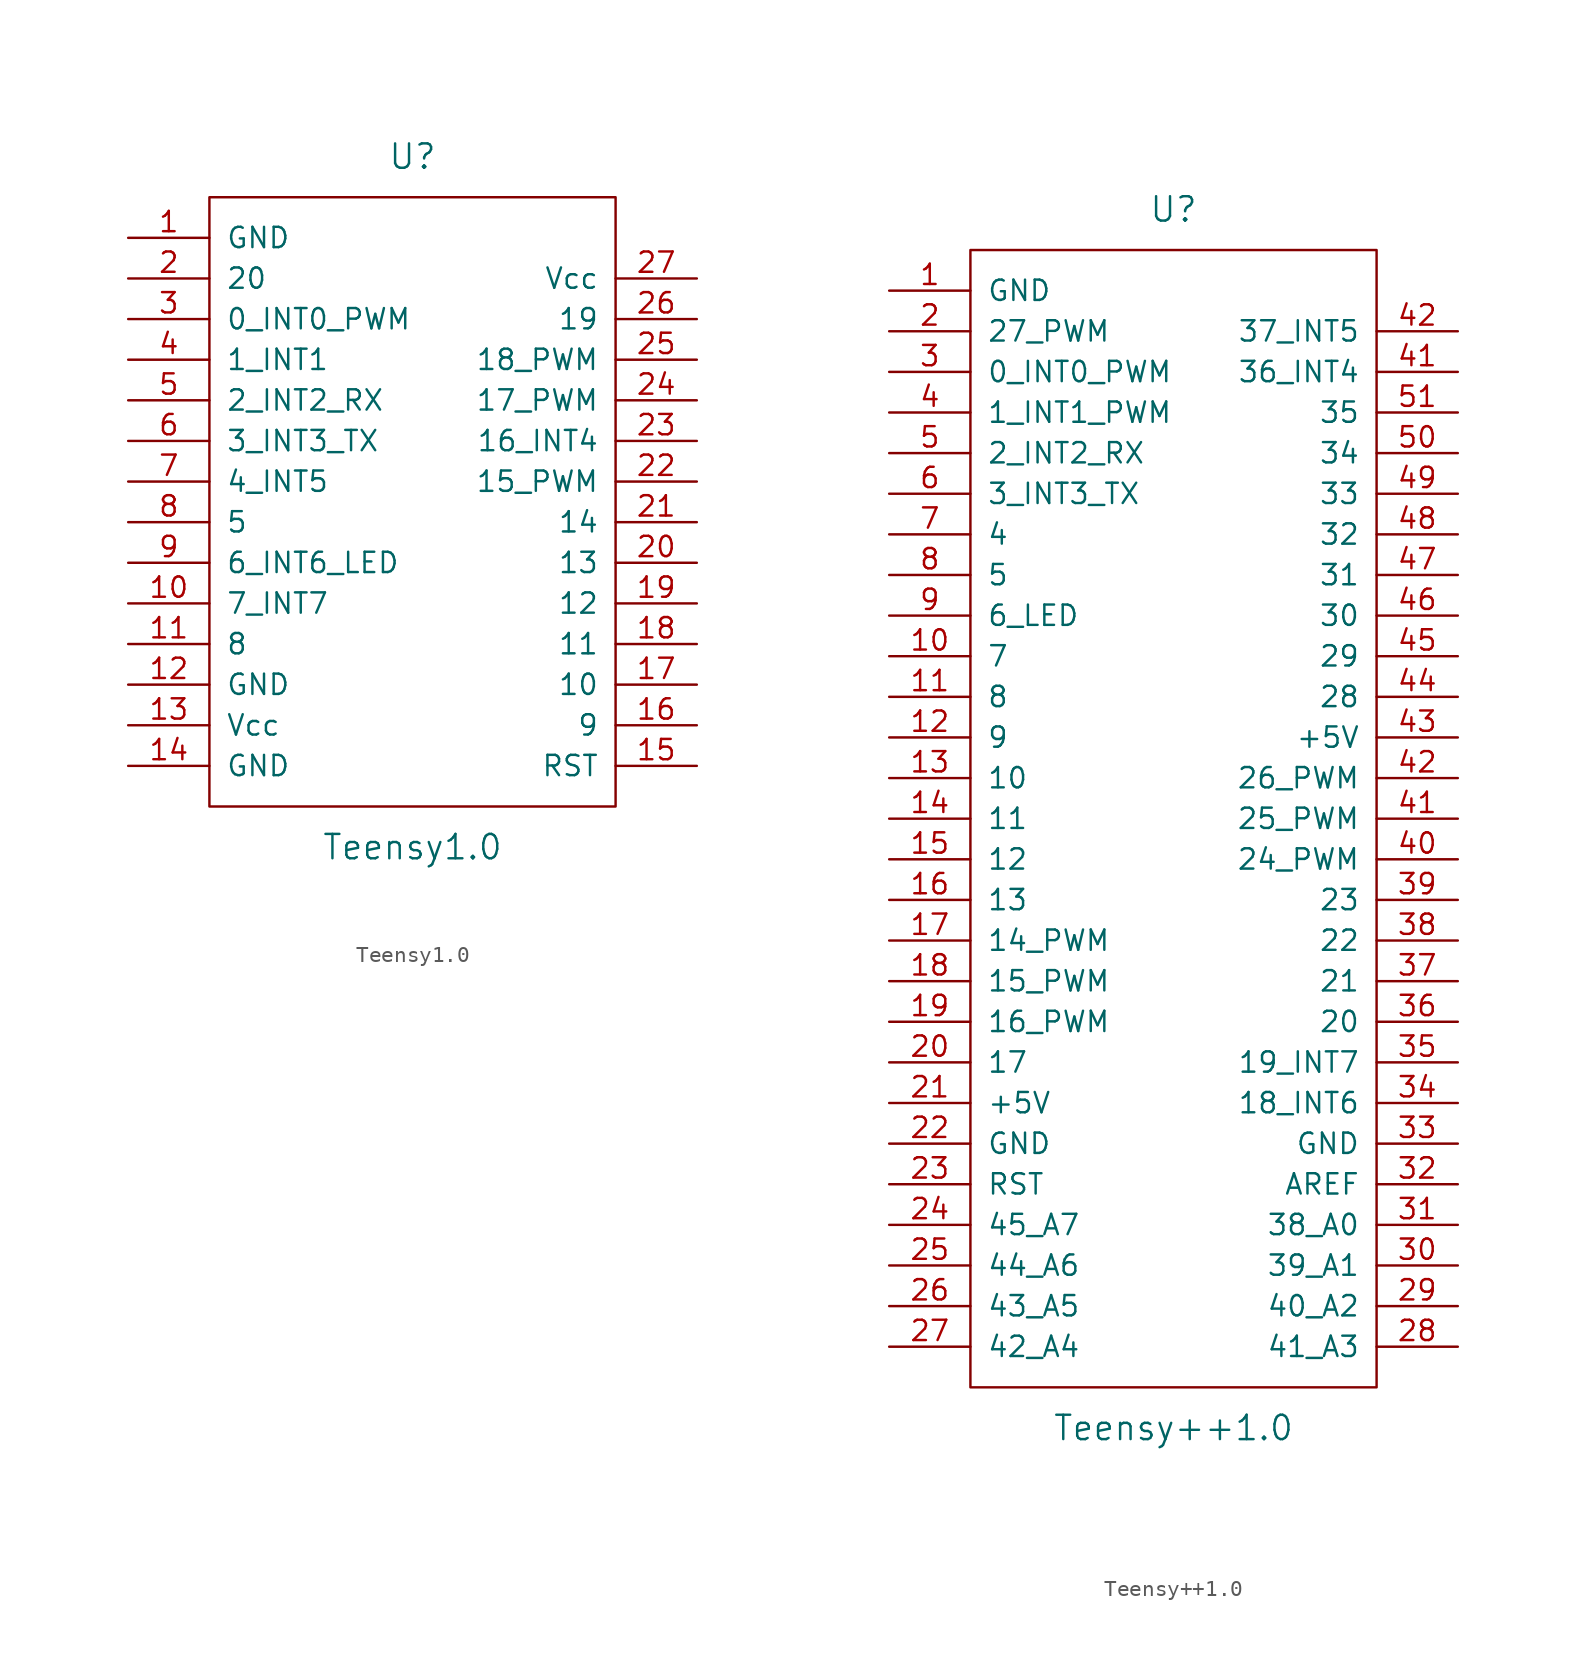
<source format=kicad_sym>
(kicad_symbol_lib
  (version 20211014)
  (generator kicad_symbol_editor)
  (symbol "Teensy1.0"
    (pin_names
      (offset 1.016))
    (property "Reference" "U"
      (at 0 19.05 0)
      (effects (font (size 1.524 1.524))))
    (property "Value" "Teensy1.0"
      (at 0 -24.13 0)
      (effects (font (size 1.524 1.524))))
    (property "Footprint" ""
      (at 2.54 -24.13 0)
      (effects (font (size 1.524 1.524))))
    (property "Datasheet" ""
      (at 2.54 -24.13 0)
      (effects (font (size 1.524 1.524))))
    (symbol "Teensy1.0_0_1"
      (rectangle (start -12.7 16.51) (end 12.7 -21.59) (stroke (width 0) (type default) (color 0 0 0 0)) (fill (type none))))
    (symbol "Teensy1.0_1_1"
      (pin power_in line (at -17.78 13.97 0) (length 5.08) (name "GND" (effects (font (size 1.27 1.27)))) (number "1" (effects (font (size 1.27 1.27)))))
      (pin bidirectional line (at -17.78 -8.89 0) (length 5.08) (name "7_INT7" (effects (font (size 1.27 1.27)))) (number "10" (effects (font (size 1.27 1.27)))))
      (pin bidirectional line (at -17.78 -11.43 0) (length 5.08) (name "8" (effects (font (size 1.27 1.27)))) (number "11" (effects (font (size 1.27 1.27)))))
      (pin power_in line (at -17.78 -13.97 0) (length 5.08) (name "GND" (effects (font (size 1.27 1.27)))) (number "12" (effects (font (size 1.27 1.27)))))
      (pin power_in line (at -17.78 -16.51 0) (length 5.08) (name "Vcc" (effects (font (size 1.27 1.27)))) (number "13" (effects (font (size 1.27 1.27)))))
      (pin power_in line (at -17.78 -19.05 0) (length 5.08) (name "GND" (effects (font (size 1.27 1.27)))) (number "14" (effects (font (size 1.27 1.27)))))
      (pin input line (at 17.78 -19.05 180) (length 5.08) (name "RST" (effects (font (size 1.27 1.27)))) (number "15" (effects (font (size 1.27 1.27)))))
      (pin bidirectional line (at 17.78 -16.51 180) (length 5.08) (name "9" (effects (font (size 1.27 1.27)))) (number "16" (effects (font (size 1.27 1.27)))))
      (pin bidirectional line (at 17.78 -13.97 180) (length 5.08) (name "10" (effects (font (size 1.27 1.27)))) (number "17" (effects (font (size 1.27 1.27)))))
      (pin bidirectional line (at 17.78 -11.43 180) (length 5.08) (name "11" (effects (font (size 1.27 1.27)))) (number "18" (effects (font (size 1.27 1.27)))))
      (pin bidirectional line (at 17.78 -8.89 180) (length 5.08) (name "12" (effects (font (size 1.27 1.27)))) (number "19" (effects (font (size 1.27 1.27)))))
      (pin bidirectional line (at -17.78 11.43 0) (length 5.08) (name "20" (effects (font (size 1.27 1.27)))) (number "2" (effects (font (size 1.27 1.27)))))
      (pin bidirectional line (at 17.78 -6.35 180) (length 5.08) (name "13" (effects (font (size 1.27 1.27)))) (number "20" (effects (font (size 1.27 1.27)))))
      (pin bidirectional line (at 17.78 -3.81 180) (length 5.08) (name "14" (effects (font (size 1.27 1.27)))) (number "21" (effects (font (size 1.27 1.27)))))
      (pin bidirectional line (at 17.78 -1.27 180) (length 5.08) (name "15_PWM" (effects (font (size 1.27 1.27)))) (number "22" (effects (font (size 1.27 1.27)))))
      (pin bidirectional line (at 17.78 1.27 180) (length 5.08) (name "16_INT4" (effects (font (size 1.27 1.27)))) (number "23" (effects (font (size 1.27 1.27)))))
      (pin bidirectional line (at 17.78 3.81 180) (length 5.08) (name "17_PWM" (effects (font (size 1.27 1.27)))) (number "24" (effects (font (size 1.27 1.27)))))
      (pin bidirectional line (at 17.78 6.35 180) (length 5.08) (name "18_PWM" (effects (font (size 1.27 1.27)))) (number "25" (effects (font (size 1.27 1.27)))))
      (pin bidirectional line (at 17.78 8.89 180) (length 5.08) (name "19" (effects (font (size 1.27 1.27)))) (number "26" (effects (font (size 1.27 1.27)))))
      (pin power_in line (at 17.78 11.43 180) (length 5.08) (name "Vcc" (effects (font (size 1.27 1.27)))) (number "27" (effects (font (size 1.27 1.27)))))
      (pin bidirectional line (at -17.78 8.89 0) (length 5.08) (name "0_INT0_PWM" (effects (font (size 1.27 1.27)))) (number "3" (effects (font (size 1.27 1.27)))))
      (pin bidirectional line (at -17.78 6.35 0) (length 5.08) (name "1_INT1" (effects (font (size 1.27 1.27)))) (number "4" (effects (font (size 1.27 1.27)))))
      (pin bidirectional line (at -17.78 3.81 0) (length 5.08) (name "2_INT2_RX" (effects (font (size 1.27 1.27)))) (number "5" (effects (font (size 1.27 1.27)))))
      (pin bidirectional line (at -17.78 1.27 0) (length 5.08) (name "3_INT3_TX" (effects (font (size 1.27 1.27)))) (number "6" (effects (font (size 1.27 1.27)))))
      (pin bidirectional line (at -17.78 -1.27 0) (length 5.08) (name "4_INT5" (effects (font (size 1.27 1.27)))) (number "7" (effects (font (size 1.27 1.27)))))
      (pin bidirectional line (at -17.78 -3.81 0) (length 5.08) (name "5" (effects (font (size 1.27 1.27)))) (number "8" (effects (font (size 1.27 1.27)))))
      (pin bidirectional line (at -17.78 -6.35 0) (length 5.08) (name "6_INT6_LED" (effects (font (size 1.27 1.27)))) (number "9" (effects (font (size 1.27 1.27)))))))
  (symbol "Teensy++1.0"
    (pin_names
      (offset 1.016))
    (property "Reference" "U"
      (at 0 36.83 0)
      (effects (font (size 1.524 1.524))))
    (property "Value" "Teensy++1.0"
      (at 0 -39.37 0)
      (effects (font (size 1.524 1.524))))
    (property "Footprint" ""
      (at 2.54 -21.59 0)
      (effects (font (size 1.524 1.524))))
    (property "Datasheet" ""
      (at 2.54 -21.59 0)
      (effects (font (size 1.524 1.524))))
    (symbol "Teensy++1.0_0_1"
      (rectangle (start -12.7 34.29) (end 12.7 -36.83) (stroke (width 0) (type default) (color 0 0 0 0)) (fill (type none))))
    (symbol "Teensy++1.0_1_1"
      (pin power_in line (at -17.78 31.75 0) (length 5.08) (name "GND" (effects (font (size 1.27 1.27)))) (number "1" (effects (font (size 1.27 1.27)))))
      (pin bidirectional line (at -17.78 8.89 0) (length 5.08) (name "7" (effects (font (size 1.27 1.27)))) (number "10" (effects (font (size 1.27 1.27)))))
      (pin bidirectional line (at -17.78 6.35 0) (length 5.08) (name "8" (effects (font (size 1.27 1.27)))) (number "11" (effects (font (size 1.27 1.27)))))
      (pin bidirectional line (at -17.78 3.81 0) (length 5.08) (name "9" (effects (font (size 1.27 1.27)))) (number "12" (effects (font (size 1.27 1.27)))))
      (pin bidirectional line (at -17.78 1.27 0) (length 5.08) (name "10" (effects (font (size 1.27 1.27)))) (number "13" (effects (font (size 1.27 1.27)))))
      (pin bidirectional line (at -17.78 -1.27 0) (length 5.08) (name "11" (effects (font (size 1.27 1.27)))) (number "14" (effects (font (size 1.27 1.27)))))
      (pin bidirectional line (at -17.78 -3.81 0) (length 5.08) (name "12" (effects (font (size 1.27 1.27)))) (number "15" (effects (font (size 1.27 1.27)))))
      (pin bidirectional line (at -17.78 -6.35 0) (length 5.08) (name "13" (effects (font (size 1.27 1.27)))) (number "16" (effects (font (size 1.27 1.27)))))
      (pin bidirectional line (at -17.78 -8.89 0) (length 5.08) (name "14_PWM" (effects (font (size 1.27 1.27)))) (number "17" (effects (font (size 1.27 1.27)))))
      (pin bidirectional line (at -17.78 -11.43 0) (length 5.08) (name "15_PWM" (effects (font (size 1.27 1.27)))) (number "18" (effects (font (size 1.27 1.27)))))
      (pin bidirectional line (at -17.78 -13.97 0) (length 5.08) (name "16_PWM" (effects (font (size 1.27 1.27)))) (number "19" (effects (font (size 1.27 1.27)))))
      (pin bidirectional line (at -17.78 29.21 0) (length 5.08) (name "27_PWM" (effects (font (size 1.27 1.27)))) (number "2" (effects (font (size 1.27 1.27)))))
      (pin bidirectional line (at -17.78 -16.51 0) (length 5.08) (name "17" (effects (font (size 1.27 1.27)))) (number "20" (effects (font (size 1.27 1.27)))))
      (pin power_in line (at -17.78 -19.05 0) (length 5.08) (name "+5V" (effects (font (size 1.27 1.27)))) (number "21" (effects (font (size 1.27 1.27)))))
      (pin power_in line (at -17.78 -21.59 0) (length 5.08) (name "GND" (effects (font (size 1.27 1.27)))) (number "22" (effects (font (size 1.27 1.27)))))
      (pin input line (at -17.78 -24.13 0) (length 5.08) (name "RST" (effects (font (size 1.27 1.27)))) (number "23" (effects (font (size 1.27 1.27)))))
      (pin bidirectional line (at -17.78 -26.67 0) (length 5.08) (name "45_A7" (effects (font (size 1.27 1.27)))) (number "24" (effects (font (size 1.27 1.27)))))
      (pin bidirectional line (at -17.78 -29.21 0) (length 5.08) (name "44_A6" (effects (font (size 1.27 1.27)))) (number "25" (effects (font (size 1.27 1.27)))))
      (pin bidirectional line (at -17.78 -31.75 0) (length 5.08) (name "43_A5" (effects (font (size 1.27 1.27)))) (number "26" (effects (font (size 1.27 1.27)))))
      (pin bidirectional line (at -17.78 -34.29 0) (length 5.08) (name "42_A4" (effects (font (size 1.27 1.27)))) (number "27" (effects (font (size 1.27 1.27)))))
      (pin bidirectional line (at 17.78 -34.29 180) (length 5.08) (name "41_A3" (effects (font (size 1.27 1.27)))) (number "28" (effects (font (size 1.27 1.27)))))
      (pin bidirectional line (at 17.78 -31.75 180) (length 5.08) (name "40_A2" (effects (font (size 1.27 1.27)))) (number "29" (effects (font (size 1.27 1.27)))))
      (pin bidirectional line (at -17.78 26.67 0) (length 5.08) (name "0_INT0_PWM" (effects (font (size 1.27 1.27)))) (number "3" (effects (font (size 1.27 1.27)))))
      (pin bidirectional line (at 17.78 -29.21 180) (length 5.08) (name "39_A1" (effects (font (size 1.27 1.27)))) (number "30" (effects (font (size 1.27 1.27)))))
      (pin bidirectional line (at 17.78 -26.67 180) (length 5.08) (name "38_A0" (effects (font (size 1.27 1.27)))) (number "31" (effects (font (size 1.27 1.27)))))
      (pin input line (at 17.78 -24.13 180) (length 5.08) (name "AREF" (effects (font (size 1.27 1.27)))) (number "32" (effects (font (size 1.27 1.27)))))
      (pin power_in line (at 17.78 -21.59 180) (length 5.08) (name "GND" (effects (font (size 1.27 1.27)))) (number "33" (effects (font (size 1.27 1.27)))))
      (pin bidirectional line (at 17.78 -19.05 180) (length 5.08) (name "18_INT6" (effects (font (size 1.27 1.27)))) (number "34" (effects (font (size 1.27 1.27)))))
      (pin bidirectional line (at 17.78 -16.51 180) (length 5.08) (name "19_INT7" (effects (font (size 1.27 1.27)))) (number "35" (effects (font (size 1.27 1.27)))))
      (pin bidirectional line (at 17.78 -13.97 180) (length 5.08) (name "20" (effects (font (size 1.27 1.27)))) (number "36" (effects (font (size 1.27 1.27)))))
      (pin bidirectional line (at 17.78 -11.43 180) (length 5.08) (name "21" (effects (font (size 1.27 1.27)))) (number "37" (effects (font (size 1.27 1.27)))))
      (pin bidirectional line (at 17.78 -8.89 180) (length 5.08) (name "22" (effects (font (size 1.27 1.27)))) (number "38" (effects (font (size 1.27 1.27)))))
      (pin bidirectional line (at 17.78 -6.35 180) (length 5.08) (name "23" (effects (font (size 1.27 1.27)))) (number "39" (effects (font (size 1.27 1.27)))))
      (pin bidirectional line (at -17.78 24.13 0) (length 5.08) (name "1_INT1_PWM" (effects (font (size 1.27 1.27)))) (number "4" (effects (font (size 1.27 1.27)))))
      (pin bidirectional line (at 17.78 -3.81 180) (length 5.08) (name "24_PWM" (effects (font (size 1.27 1.27)))) (number "40" (effects (font (size 1.27 1.27)))))
      (pin bidirectional line (at 17.78 -1.27 180) (length 5.08) (name "25_PWM" (effects (font (size 1.27 1.27)))) (number "41" (effects (font (size 1.27 1.27)))))
      (pin bidirectional line (at 17.78 26.67 180) (length 5.08) (name "36_INT4" (effects (font (size 1.27 1.27)))) (number "41" (effects (font (size 1.27 1.27)))))
      (pin bidirectional line (at 17.78 1.27 180) (length 5.08) (name "26_PWM" (effects (font (size 1.27 1.27)))) (number "42" (effects (font (size 1.27 1.27)))))
      (pin bidirectional line (at 17.78 29.21 180) (length 5.08) (name "37_INT5" (effects (font (size 1.27 1.27)))) (number "42" (effects (font (size 1.27 1.27)))))
      (pin power_in line (at 17.78 3.81 180) (length 5.08) (name "+5V" (effects (font (size 1.27 1.27)))) (number "43" (effects (font (size 1.27 1.27)))))
      (pin bidirectional line (at 17.78 6.35 180) (length 5.08) (name "28" (effects (font (size 1.27 1.27)))) (number "44" (effects (font (size 1.27 1.27)))))
      (pin bidirectional line (at 17.78 8.89 180) (length 5.08) (name "29" (effects (font (size 1.27 1.27)))) (number "45" (effects (font (size 1.27 1.27)))))
      (pin bidirectional line (at 17.78 11.43 180) (length 5.08) (name "30" (effects (font (size 1.27 1.27)))) (number "46" (effects (font (size 1.27 1.27)))))
      (pin bidirectional line (at 17.78 13.97 180) (length 5.08) (name "31" (effects (font (size 1.27 1.27)))) (number "47" (effects (font (size 1.27 1.27)))))
      (pin bidirectional line (at 17.78 16.51 180) (length 5.08) (name "32" (effects (font (size 1.27 1.27)))) (number "48" (effects (font (size 1.27 1.27)))))
      (pin bidirectional line (at 17.78 19.05 180) (length 5.08) (name "33" (effects (font (size 1.27 1.27)))) (number "49" (effects (font (size 1.27 1.27)))))
      (pin bidirectional line (at -17.78 21.59 0) (length 5.08) (name "2_INT2_RX" (effects (font (size 1.27 1.27)))) (number "5" (effects (font (size 1.27 1.27)))))
      (pin bidirectional line (at 17.78 21.59 180) (length 5.08) (name "34" (effects (font (size 1.27 1.27)))) (number "50" (effects (font (size 1.27 1.27)))))
      (pin bidirectional line (at 17.78 24.13 180) (length 5.08) (name "35" (effects (font (size 1.27 1.27)))) (number "51" (effects (font (size 1.27 1.27)))))
      (pin bidirectional line (at -17.78 19.05 0) (length 5.08) (name "3_INT3_TX" (effects (font (size 1.27 1.27)))) (number "6" (effects (font (size 1.27 1.27)))))
      (pin bidirectional line (at -17.78 16.51 0) (length 5.08) (name "4" (effects (font (size 1.27 1.27)))) (number "7" (effects (font (size 1.27 1.27)))))
      (pin bidirectional line (at -17.78 13.97 0) (length 5.08) (name "5" (effects (font (size 1.27 1.27)))) (number "8" (effects (font (size 1.27 1.27)))))
      (pin bidirectional line (at -17.78 11.43 0) (length 5.08) (name "6_LED" (effects (font (size 1.27 1.27)))) (number "9" (effects (font (size 1.27 1.27))))))))
</source>
